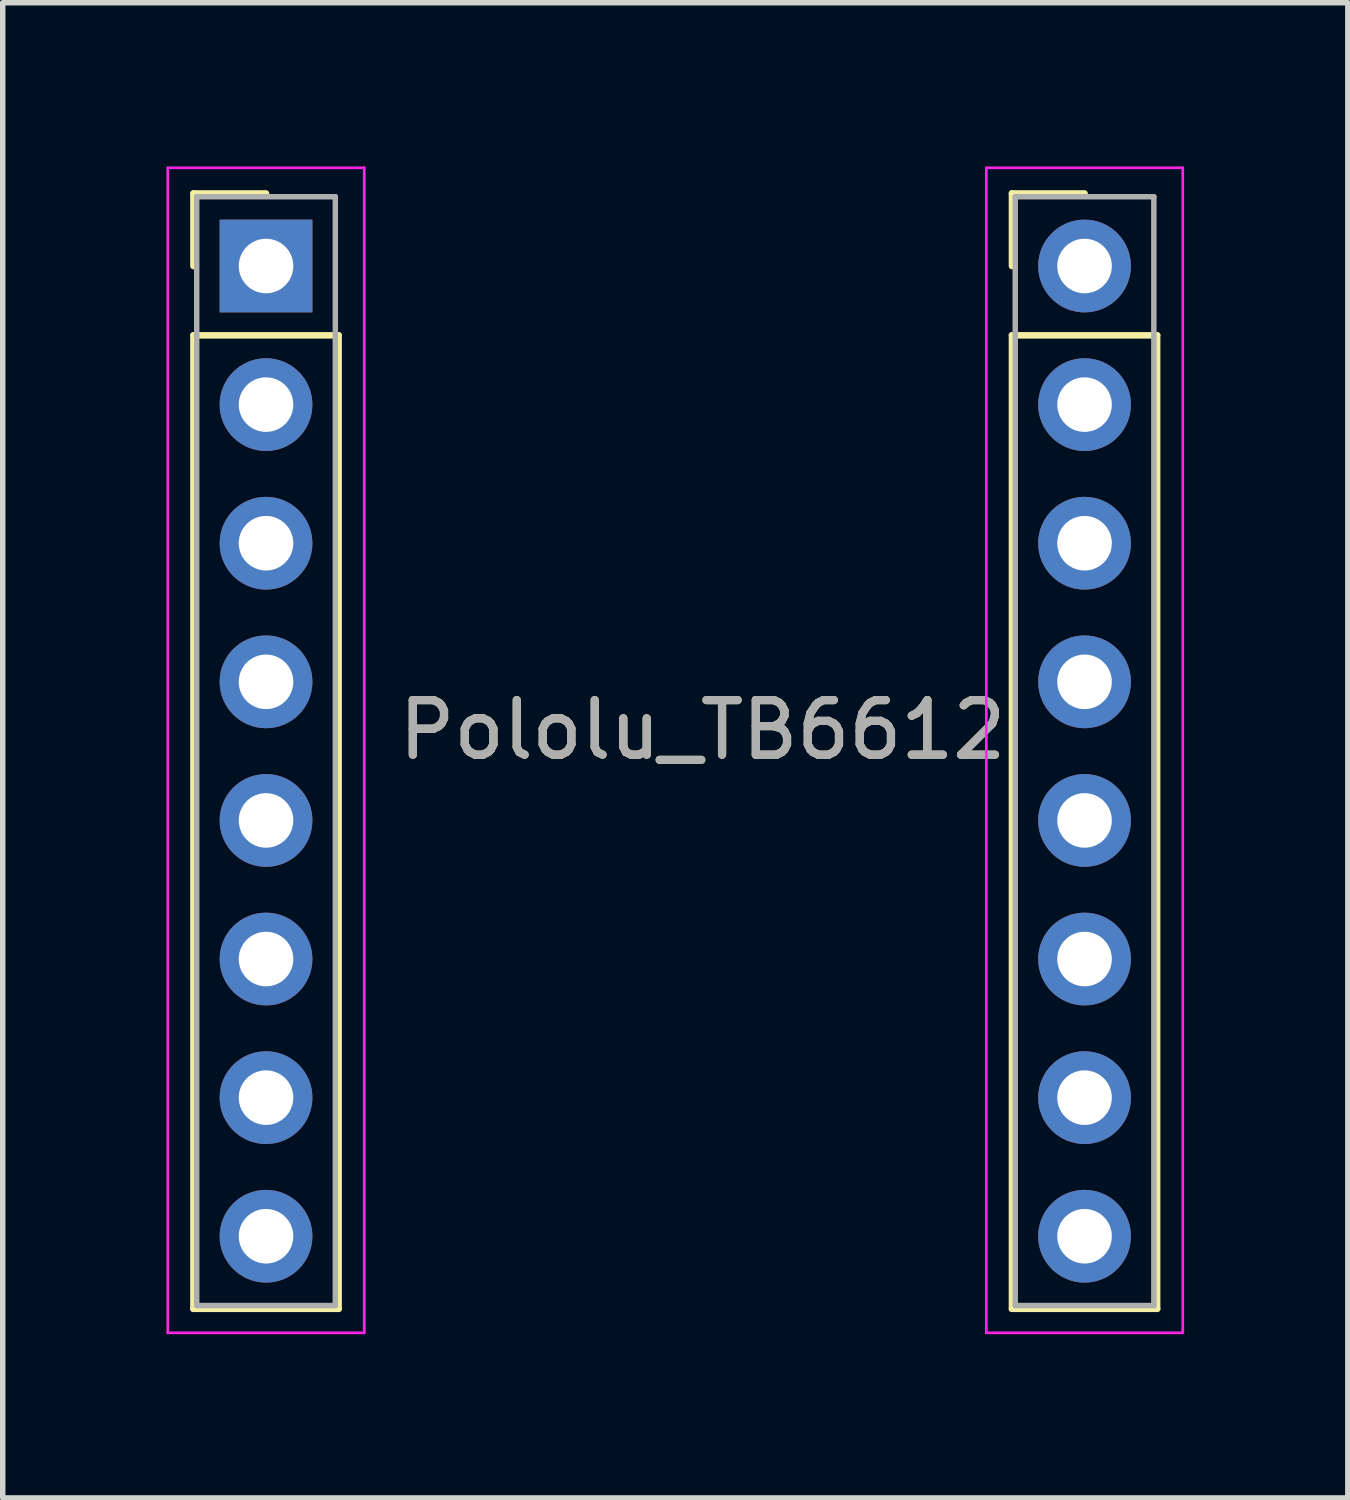
<source format=kicad_pcb>
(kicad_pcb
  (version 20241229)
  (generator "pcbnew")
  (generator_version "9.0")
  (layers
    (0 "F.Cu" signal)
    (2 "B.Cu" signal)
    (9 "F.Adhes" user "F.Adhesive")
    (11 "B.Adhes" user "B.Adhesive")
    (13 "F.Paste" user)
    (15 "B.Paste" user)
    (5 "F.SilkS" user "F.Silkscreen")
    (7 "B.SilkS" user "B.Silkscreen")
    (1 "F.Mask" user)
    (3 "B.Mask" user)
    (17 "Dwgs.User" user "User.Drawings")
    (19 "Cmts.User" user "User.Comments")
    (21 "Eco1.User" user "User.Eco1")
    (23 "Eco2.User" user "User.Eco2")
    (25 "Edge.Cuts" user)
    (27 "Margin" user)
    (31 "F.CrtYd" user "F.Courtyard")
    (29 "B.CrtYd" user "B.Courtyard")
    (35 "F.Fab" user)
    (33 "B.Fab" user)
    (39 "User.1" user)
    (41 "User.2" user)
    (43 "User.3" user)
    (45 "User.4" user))
  (footprint "Pololu_TB6612"
    (layer "F.Cu")
    (at 1.825 1.825)
    (property "Reference" "Pololu_TB6612" (at 8 8.5 0) (layer "F.SilkS") (effects (font (size 1 1) (thickness 0.15))))
    (attr through_hole)
    (fp_line (start -1.33 -1.33) (end 0 -1.33) (stroke (width 0.12) (type solid)) (layer "F.SilkS"))
    (fp_line (start -1.33 0) (end -1.33 -1.33) (stroke (width 0.12) (type solid)) (layer "F.SilkS"))
    (fp_line (start -1.33 1.27) (end -1.33 19.11) (stroke (width 0.12) (type solid)) (layer "F.SilkS"))
    (fp_line (start -1.33 19.11) (end 1.33 19.11) (stroke (width 0.12) (type solid)) (layer "F.SilkS"))
    (fp_line (start 1.33 1.27) (end -1.33 1.27) (stroke (width 0.12) (type solid)) (layer "F.SilkS"))
    (fp_line (start 1.33 19.11) (end 1.33 1.27) (stroke (width 0.12) (type solid)) (layer "F.SilkS"))
    (fp_line (start 13.67 -1.33) (end 15 -1.33) (stroke (width 0.12) (type solid)) (layer "F.SilkS"))
    (fp_line (start 13.67 0) (end 13.67 -1.33) (stroke (width 0.12) (type solid)) (layer "F.SilkS"))
    (fp_line (start 13.67 1.27) (end 13.67 19.11) (stroke (width 0.12) (type solid)) (layer "F.SilkS"))
    (fp_line (start 13.67 19.11) (end 16.33 19.11) (stroke (width 0.12) (type solid)) (layer "F.SilkS"))
    (fp_line (start 16.33 1.27) (end 13.67 1.27) (stroke (width 0.12) (type solid)) (layer "F.SilkS"))
    (fp_line (start 16.33 19.11) (end 16.33 1.27) (stroke (width 0.12) (type solid)) (layer "F.SilkS"))
    (fp_line (start -1.8 -1.8) (end -1.8 19.55) (stroke (width 0.05) (type solid)) (layer "F.CrtYd"))
    (fp_line (start -1.8 19.55) (end 1.8 19.55) (stroke (width 0.05) (type solid)) (layer "F.CrtYd"))
    (fp_line (start 1.8 -1.8) (end -1.8 -1.8) (stroke (width 0.05) (type solid)) (layer "F.CrtYd"))
    (fp_line (start 1.8 19.55) (end 1.8 -1.8) (stroke (width 0.05) (type solid)) (layer "F.CrtYd"))
    (fp_line (start 13.2 -1.8) (end 13.2 19.55) (stroke (width 0.05) (type solid)) (layer "F.CrtYd"))
    (fp_line (start 13.2 19.55) (end 16.8 19.55) (stroke (width 0.05) (type solid)) (layer "F.CrtYd"))
    (fp_line (start 16.8 -1.8) (end 13.2 -1.8) (stroke (width 0.05) (type solid)) (layer "F.CrtYd"))
    (fp_line (start 16.8 19.55) (end 16.8 -1.8) (stroke (width 0.05) (type solid)) (layer "F.CrtYd"))
    (fp_line (start -1.27 -1.27) (end -1.27 19.05) (stroke (width 0.1) (type solid)) (layer "F.Fab"))
    (fp_line (start -1.27 19.05) (end 1.27 19.05) (stroke (width 0.1) (type solid)) (layer "F.Fab"))
    (fp_line (start 1.27 -1.27) (end -1.27 -1.27) (stroke (width 0.1) (type solid)) (layer "F.Fab"))
    (fp_line (start 1.27 19.05) (end 1.27 -1.27) (stroke (width 0.1) (type solid)) (layer "F.Fab"))
    (fp_line (start 13.73 -1.27) (end 13.73 19.05) (stroke (width 0.1) (type solid)) (layer "F.Fab"))
    (fp_line (start 13.73 19.05) (end 16.27 19.05) (stroke (width 0.1) (type solid)) (layer "F.Fab"))
    (fp_line (start 16.27 -1.27) (end 13.73 -1.27) (stroke (width 0.1) (type solid)) (layer "F.Fab"))
    (fp_line (start 16.27 19.05) (end 16.27 -1.27) (stroke (width 0.1) (type solid)) (layer "F.Fab"))
    (fp_text user "${REFERENCE}" (at 8 8.5 0) (layer "F.Fab") (effects (font (size 1 1) (thickness 0.15))))
    (pad "1" thru_hole rect (at 0 0) (size 1.7 1.7) (drill 1) (layers "*.Cu" "*.Mask"))
    (pad "2" thru_hole oval (at 0 2.54) (size 1.7 1.7) (drill 1) (layers "*.Cu" "*.Mask"))
    (pad "3" thru_hole oval (at 0 5.08) (size 1.7 1.7) (drill 1) (layers "*.Cu" "*.Mask"))
    (pad "4" thru_hole oval (at 0 7.62) (size 1.7 1.7) (drill 1) (layers "*.Cu" "*.Mask"))
    (pad "5" thru_hole oval (at 0 10.16) (size 1.7 1.7) (drill 1) (layers "*.Cu" "*.Mask"))
    (pad "6" thru_hole oval (at 0 12.7) (size 1.7 1.7) (drill 1) (layers "*.Cu" "*.Mask"))
    (pad "7" thru_hole oval (at 0 15.24) (size 1.7 1.7) (drill 1) (layers "*.Cu" "*.Mask"))
    (pad "8" thru_hole oval (at 0 17.78) (size 1.7 1.7) (drill 1) (layers "*.Cu" "*.Mask"))
    (pad "9" thru_hole oval (at 15 17.78) (size 1.7 1.7) (drill 1) (layers "*.Cu" "*.Mask"))
    (pad "10" thru_hole oval (at 15 15.24) (size 1.7 1.7) (drill 1) (layers "*.Cu" "*.Mask"))
    (pad "11" thru_hole oval (at 15 12.7) (size 1.7 1.7) (drill 1) (layers "*.Cu" "*.Mask"))
    (pad "12" thru_hole oval (at 15 10.16) (size 1.7 1.7) (drill 1) (layers "*.Cu" "*.Mask"))
    (pad "13" thru_hole oval (at 15 7.62) (size 1.7 1.7) (drill 1) (layers "*.Cu" "*.Mask"))
    (pad "14" thru_hole oval (at 15 5.08) (size 1.7 1.7) (drill 1) (layers "*.Cu" "*.Mask"))
    (pad "15" thru_hole oval (at 15 2.54) (size 1.7 1.7) (drill 1) (layers "*.Cu" "*.Mask"))
    (pad "16" thru_hole circle (at 15 0) (size 1.7 1.7) (drill 1) (layers "*.Cu" "*.Mask")))
  (gr_rect
    (start -3 -3)
    (end 21.65 24.4)
    (stroke (width 0.1) (type default))
    (fill no)
    (layer "Edge.Cuts")))
</source>
